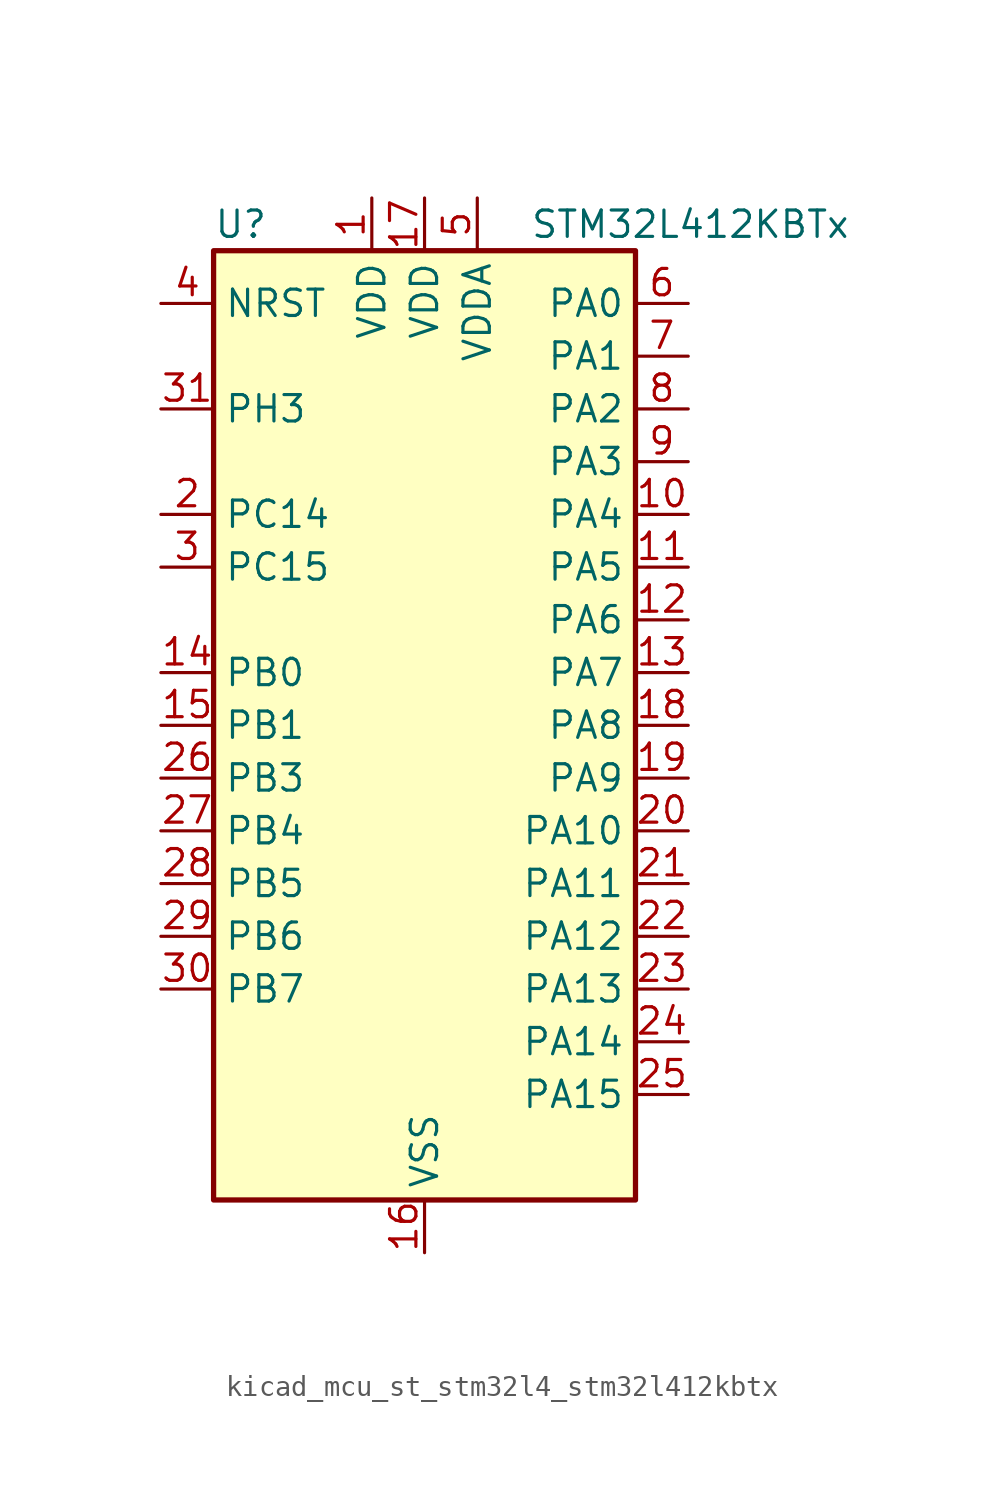
<source format=kicad_sym>
(kicad_symbol_lib
  (version 20220914)
  (generator kicad_symbol_editor)
  (symbol "kicad_mcu_st_stm32l4_stm32l412kbtx"
    (property "Reference" "U"
      (at -10.16 24.13 0)
      (effects (font (size 1.27 1.27)) (justify left)))
    (property "Value" "STM32L412KBTx"
      (at 5.08 24.13 0)
      (effects (font (size 1.27 1.27)) (justify left)))
    (property "ki_locked" ""
      (at 0 0 0)
      (effects (font (size 1.27 1.27))))
    (symbol "kicad_mcu_st_stm32l4_stm32l412kbtx_0_1"
      (rectangle (start -10.16 -22.86) (end 10.16 22.86) (stroke (width 0.254) (type default)) (fill (type background))))
    (symbol "kicad_mcu_st_stm32l4_stm32l412kbtx_1_1"
      (pin power_in line (at -2.54 25.4 270) (length 2.54) (name "VDD" (effects (font (size 1.27 1.27)))) (number "1" (effects (font (size 1.27 1.27)))))
      (pin bidirectional line (at 12.7 10.16 180) (length 2.54) (name "PA4" (effects (font (size 1.27 1.27)))) (number "10" (effects (font (size 1.27 1.27)))) (alternate "ADC1_IN9" bidirectional line) (alternate "ADC2_IN9" bidirectional line) (alternate "COMP1_INM" bidirectional line) (alternate "LPTIM2_OUT" bidirectional line) (alternate "SPI1_NSS" bidirectional line) (alternate "USART2_CK" bidirectional line))
      (pin bidirectional line (at 12.7 7.62 180) (length 2.54) (name "PA5" (effects (font (size 1.27 1.27)))) (number "11" (effects (font (size 1.27 1.27)))) (alternate "ADC1_IN10" bidirectional line) (alternate "ADC2_IN10" bidirectional line) (alternate "COMP1_INM" bidirectional line) (alternate "LPTIM2_ETR" bidirectional line) (alternate "SPI1_SCK" bidirectional line) (alternate "TIM2_CH1" bidirectional line) (alternate "TIM2_ETR" bidirectional line))
      (pin bidirectional line (at 12.7 5.08 180) (length 2.54) (name "PA6" (effects (font (size 1.27 1.27)))) (number "12" (effects (font (size 1.27 1.27)))) (alternate "ADC1_IN11" bidirectional line) (alternate "ADC2_IN11" bidirectional line) (alternate "COMP1_OUT" bidirectional line) (alternate "LPUART1_CTS" bidirectional line) (alternate "QUADSPI_BK1_IO3" bidirectional line) (alternate "SPI1_MISO" bidirectional line) (alternate "TIM16_CH1" bidirectional line) (alternate "TIM1_BKIN" bidirectional line))
      (pin bidirectional line (at 12.7 2.54 180) (length 2.54) (name "PA7" (effects (font (size 1.27 1.27)))) (number "13" (effects (font (size 1.27 1.27)))) (alternate "ADC1_IN12" bidirectional line) (alternate "ADC2_IN12" bidirectional line) (alternate "I2C3_SCL" bidirectional line) (alternate "QUADSPI_BK1_IO2" bidirectional line) (alternate "SPI1_MOSI" bidirectional line) (alternate "TIM1_CH1N" bidirectional line))
      (pin bidirectional line (at -12.7 2.54 0) (length 2.54) (name "PB0" (effects (font (size 1.27 1.27)))) (number "14" (effects (font (size 1.27 1.27)))) (alternate "ADC1_IN15" bidirectional line) (alternate "ADC2_IN15" bidirectional line) (alternate "COMP1_OUT" bidirectional line) (alternate "QUADSPI_BK1_IO1" bidirectional line) (alternate "SPI1_NSS" bidirectional line) (alternate "SYS_TRACED0" bidirectional line) (alternate "TIM1_CH2N" bidirectional line))
      (pin bidirectional line (at -12.7 0 0) (length 2.54) (name "PB1" (effects (font (size 1.27 1.27)))) (number "15" (effects (font (size 1.27 1.27)))) (alternate "ADC1_IN16" bidirectional line) (alternate "ADC2_IN16" bidirectional line) (alternate "COMP1_INM" bidirectional line) (alternate "LPTIM2_IN1" bidirectional line) (alternate "LPUART1_DE" bidirectional line) (alternate "LPUART1_RTS" bidirectional line) (alternate "QUADSPI_BK1_IO0" bidirectional line) (alternate "SYS_TRACED1" bidirectional line) (alternate "TIM1_CH3N" bidirectional line))
      (pin power_in line (at 0 -25.4 90) (length 2.54) (name "VSS" (effects (font (size 1.27 1.27)))) (number "16" (effects (font (size 1.27 1.27)))))
      (pin power_in line (at 0 25.4 270) (length 2.54) (name "VDD" (effects (font (size 1.27 1.27)))) (number "17" (effects (font (size 1.27 1.27)))))
      (pin bidirectional line (at 12.7 0 180) (length 2.54) (name "PA8" (effects (font (size 1.27 1.27)))) (number "18" (effects (font (size 1.27 1.27)))) (alternate "LPTIM2_OUT" bidirectional line) (alternate "RCC_MCO" bidirectional line) (alternate "TIM1_CH1" bidirectional line) (alternate "USART1_CK" bidirectional line))
      (pin bidirectional line (at 12.7 -2.54 180) (length 2.54) (name "PA9" (effects (font (size 1.27 1.27)))) (number "19" (effects (font (size 1.27 1.27)))) (alternate "I2C1_SCL" bidirectional line) (alternate "TIM15_BKIN" bidirectional line) (alternate "TIM1_CH2" bidirectional line) (alternate "USART1_TX" bidirectional line))
      (pin bidirectional line (at -12.7 10.16 0) (length 2.54) (name "PC14" (effects (font (size 1.27 1.27)))) (number "2" (effects (font (size 1.27 1.27)))) (alternate "RCC_OSC32_IN" bidirectional line))
      (pin bidirectional line (at 12.7 -5.08 180) (length 2.54) (name "PA10" (effects (font (size 1.27 1.27)))) (number "20" (effects (font (size 1.27 1.27)))) (alternate "CRS_SYNC" bidirectional line) (alternate "I2C1_SDA" bidirectional line) (alternate "TIM1_CH3" bidirectional line) (alternate "USART1_RX" bidirectional line))
      (pin bidirectional line (at 12.7 -7.62 180) (length 2.54) (name "PA11" (effects (font (size 1.27 1.27)))) (number "21" (effects (font (size 1.27 1.27)))) (alternate "ADC1_EXTI11" bidirectional line) (alternate "ADC2_EXTI11" bidirectional line) (alternate "COMP1_OUT" bidirectional line) (alternate "SPI1_MISO" bidirectional line) (alternate "TIM1_BKIN2" bidirectional line) (alternate "TIM1_BKIN2_COMP1" bidirectional line) (alternate "TIM1_CH4" bidirectional line) (alternate "USART1_CTS" bidirectional line) (alternate "USB_DM" bidirectional line))
      (pin bidirectional line (at 12.7 -10.16 180) (length 2.54) (name "PA12" (effects (font (size 1.27 1.27)))) (number "22" (effects (font (size 1.27 1.27)))) (alternate "SPI1_MOSI" bidirectional line) (alternate "TIM1_ETR" bidirectional line) (alternate "USART1_DE" bidirectional line) (alternate "USART1_RTS" bidirectional line) (alternate "USB_DP" bidirectional line))
      (pin bidirectional line (at 12.7 -12.7 180) (length 2.54) (name "PA13" (effects (font (size 1.27 1.27)))) (number "23" (effects (font (size 1.27 1.27)))) (alternate "IR_OUT" bidirectional line) (alternate "SYS_JTMS-SWDIO" bidirectional line) (alternate "USB_NOE" bidirectional line))
      (pin bidirectional line (at 12.7 -15.24 180) (length 2.54) (name "PA14" (effects (font (size 1.27 1.27)))) (number "24" (effects (font (size 1.27 1.27)))) (alternate "I2C1_SMBA" bidirectional line) (alternate "LPTIM1_OUT" bidirectional line) (alternate "SYS_JTCK-SWCLK" bidirectional line))
      (pin bidirectional line (at 12.7 -17.78 180) (length 2.54) (name "PA15" (effects (font (size 1.27 1.27)))) (number "25" (effects (font (size 1.27 1.27)))) (alternate "ADC1_EXTI15" bidirectional line) (alternate "ADC2_EXTI15" bidirectional line) (alternate "SPI1_NSS" bidirectional line) (alternate "SYS_JTDI" bidirectional line) (alternate "TIM2_CH1" bidirectional line) (alternate "TIM2_ETR" bidirectional line) (alternate "USART2_RX" bidirectional line))
      (pin bidirectional line (at -12.7 -2.54 0) (length 2.54) (name "PB3" (effects (font (size 1.27 1.27)))) (number "26" (effects (font (size 1.27 1.27)))) (alternate "SPI1_SCK" bidirectional line) (alternate "SYS_JTDO-SWO" bidirectional line) (alternate "TIM2_CH2" bidirectional line) (alternate "USART1_DE" bidirectional line) (alternate "USART1_RTS" bidirectional line))
      (pin bidirectional line (at -12.7 -5.08 0) (length 2.54) (name "PB4" (effects (font (size 1.27 1.27)))) (number "27" (effects (font (size 1.27 1.27)))) (alternate "I2C3_SDA" bidirectional line) (alternate "SPI1_MISO" bidirectional line) (alternate "SYS_JTRST" bidirectional line) (alternate "TSC_G2_IO1" bidirectional line) (alternate "USART1_CTS" bidirectional line))
      (pin bidirectional line (at -12.7 -7.62 0) (length 2.54) (name "PB5" (effects (font (size 1.27 1.27)))) (number "28" (effects (font (size 1.27 1.27)))) (alternate "I2C1_SMBA" bidirectional line) (alternate "LPTIM1_IN1" bidirectional line) (alternate "SPI1_MOSI" bidirectional line) (alternate "SYS_TRACED2" bidirectional line) (alternate "TIM16_BKIN" bidirectional line) (alternate "TSC_G2_IO2" bidirectional line) (alternate "USART1_CK" bidirectional line))
      (pin bidirectional line (at -12.7 -10.16 0) (length 2.54) (name "PB6" (effects (font (size 1.27 1.27)))) (number "29" (effects (font (size 1.27 1.27)))) (alternate "I2C1_SCL" bidirectional line) (alternate "LPTIM1_ETR" bidirectional line) (alternate "SYS_TRACED3" bidirectional line) (alternate "TIM16_CH1N" bidirectional line) (alternate "TSC_G2_IO3" bidirectional line) (alternate "USART1_TX" bidirectional line))
      (pin bidirectional line (at -12.7 7.62 0) (length 2.54) (name "PC15" (effects (font (size 1.27 1.27)))) (number "3" (effects (font (size 1.27 1.27)))) (alternate "ADC1_EXTI15" bidirectional line) (alternate "ADC2_EXTI15" bidirectional line) (alternate "RCC_OSC32_OUT" bidirectional line))
      (pin bidirectional line (at -12.7 -12.7 0) (length 2.54) (name "PB7" (effects (font (size 1.27 1.27)))) (number "30" (effects (font (size 1.27 1.27)))) (alternate "I2C1_SDA" bidirectional line) (alternate "LPTIM1_IN2" bidirectional line) (alternate "SYS_PVD_IN" bidirectional line) (alternate "SYS_TRACECLK" bidirectional line) (alternate "TSC_G2_IO4" bidirectional line) (alternate "USART1_RX" bidirectional line))
      (pin bidirectional line (at -12.7 15.24 0) (length 2.54) (name "PH3" (effects (font (size 1.27 1.27)))) (number "31" (effects (font (size 1.27 1.27)))))
      (pin passive line (at 0 -25.4 90) (length 2.54) hide (name "VSS" (effects (font (size 1.27 1.27)))) (number "32" (effects (font (size 1.27 1.27)))))
      (pin input line (at -12.7 20.32 0) (length 2.54) (name "NRST" (effects (font (size 1.27 1.27)))) (number "4" (effects (font (size 1.27 1.27)))))
      (pin power_in line (at 2.54 25.4 270) (length 2.54) (name "VDDA" (effects (font (size 1.27 1.27)))) (number "5" (effects (font (size 1.27 1.27)))))
      (pin bidirectional line (at 12.7 20.32 180) (length 2.54) (name "PA0" (effects (font (size 1.27 1.27)))) (number "6" (effects (font (size 1.27 1.27)))) (alternate "ADC1_IN5" bidirectional line) (alternate "COMP1_INM" bidirectional line) (alternate "COMP1_OUT" bidirectional line) (alternate "OPAMP1_VINP" bidirectional line) (alternate "RCC_CK_IN" bidirectional line) (alternate "RTC_TAMP2" bidirectional line) (alternate "SYS_WKUP1" bidirectional line) (alternate "TIM2_CH1" bidirectional line) (alternate "TIM2_ETR" bidirectional line) (alternate "USART2_CTS" bidirectional line))
      (pin bidirectional line (at 12.7 17.78 180) (length 2.54) (name "PA1" (effects (font (size 1.27 1.27)))) (number "7" (effects (font (size 1.27 1.27)))) (alternate "ADC1_IN6" bidirectional line) (alternate "COMP1_INP" bidirectional line) (alternate "I2C1_SMBA" bidirectional line) (alternate "OPAMP1_VINM" bidirectional line) (alternate "SPI1_SCK" bidirectional line) (alternate "TIM15_CH1N" bidirectional line) (alternate "TIM2_CH2" bidirectional line) (alternate "USART2_DE" bidirectional line) (alternate "USART2_RTS" bidirectional line))
      (pin bidirectional line (at 12.7 15.24 180) (length 2.54) (name "PA2" (effects (font (size 1.27 1.27)))) (number "8" (effects (font (size 1.27 1.27)))) (alternate "ADC1_IN7" bidirectional line) (alternate "ADC2_IN7" bidirectional line) (alternate "LPUART1_TX" bidirectional line) (alternate "QUADSPI_BK1_NCS" bidirectional line) (alternate "RCC_LSCO" bidirectional line) (alternate "SYS_WKUP4" bidirectional line) (alternate "TIM15_CH1" bidirectional line) (alternate "TIM2_CH3" bidirectional line) (alternate "USART2_TX" bidirectional line))
      (pin bidirectional line (at 12.7 12.7 180) (length 2.54) (name "PA3" (effects (font (size 1.27 1.27)))) (number "9" (effects (font (size 1.27 1.27)))) (alternate "ADC1_IN8" bidirectional line) (alternate "ADC2_IN8" bidirectional line) (alternate "LPUART1_RX" bidirectional line) (alternate "OPAMP1_VOUT" bidirectional line) (alternate "QUADSPI_CLK" bidirectional line) (alternate "TIM15_CH2" bidirectional line) (alternate "TIM2_CH4" bidirectional line) (alternate "USART2_RX" bidirectional line)))))
</source>
